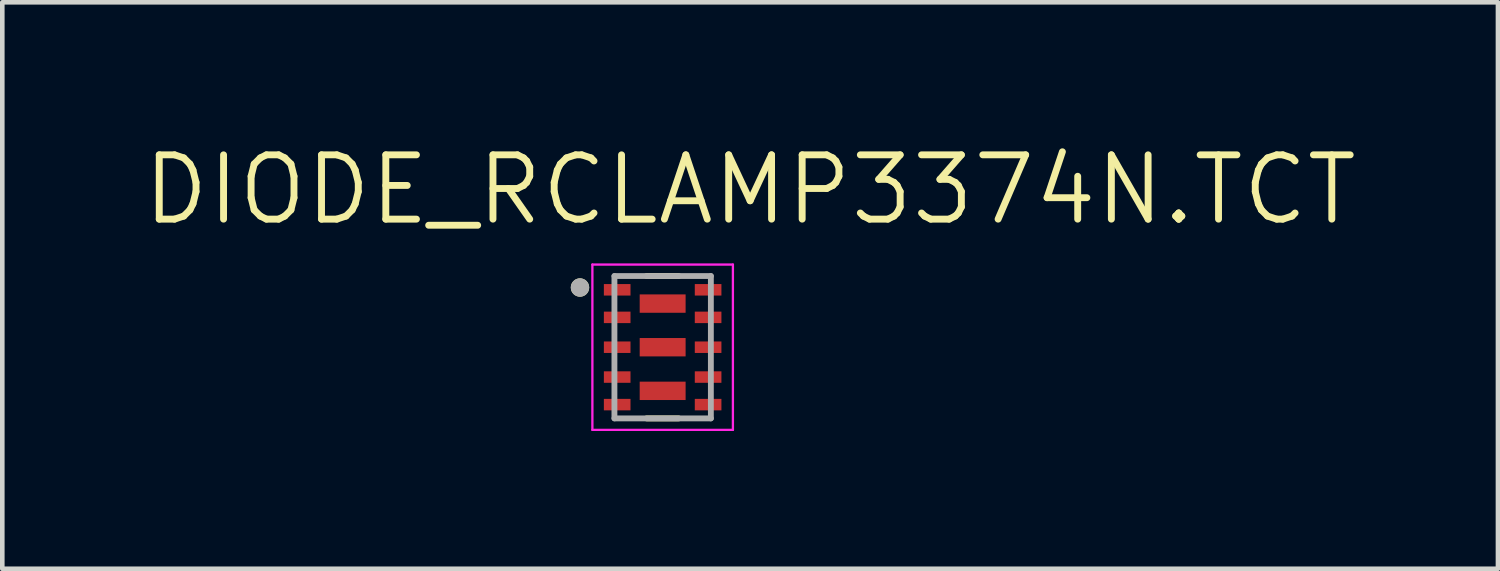
<source format=kicad_pcb>
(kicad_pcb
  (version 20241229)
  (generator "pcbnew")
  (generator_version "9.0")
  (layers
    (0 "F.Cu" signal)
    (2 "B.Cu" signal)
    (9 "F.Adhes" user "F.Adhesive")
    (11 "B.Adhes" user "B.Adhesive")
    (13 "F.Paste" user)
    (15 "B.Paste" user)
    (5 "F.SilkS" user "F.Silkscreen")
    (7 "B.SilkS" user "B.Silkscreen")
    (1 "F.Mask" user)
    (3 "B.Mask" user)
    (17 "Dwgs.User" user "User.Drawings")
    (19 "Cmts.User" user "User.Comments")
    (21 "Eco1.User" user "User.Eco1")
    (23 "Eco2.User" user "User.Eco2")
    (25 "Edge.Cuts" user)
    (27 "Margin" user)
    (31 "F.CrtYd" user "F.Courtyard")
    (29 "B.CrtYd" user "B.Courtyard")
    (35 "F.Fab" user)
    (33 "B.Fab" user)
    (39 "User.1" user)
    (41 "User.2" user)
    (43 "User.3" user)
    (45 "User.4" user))
  (footprint "DIODE_RCLAMP3374N.TCT"
    (layer "F.Cu")
    (at 11.38 4.511)
    (property "Reference" "DIODE_RCLAMP3374N.TCT" (at 1.905 -3.429 0) (layer "F.SilkS") (effects (font (size 1.4 1.4) (thickness 0.15))))
    (attr smd)
    (fp_line (start -0.35 -1.55) (end 0.35 -1.55) (stroke (width 0.127) (type solid)) (layer "F.SilkS"))
    (fp_line (start -0.35 1.55) (end 0.35 1.55) (stroke (width 0.127) (type solid)) (layer "F.SilkS"))
    (fp_circle (center -1.8 -1.3) (end -1.7 -1.3) (stroke (width 0.2) (type solid)) (fill no) (layer "F.SilkS"))
    (fp_line (start -1.53 -1.8) (end 1.53 -1.8) (stroke (width 0.05) (type solid)) (layer "F.CrtYd"))
    (fp_line (start -1.53 1.8) (end -1.53 -1.8) (stroke (width 0.05) (type solid)) (layer "F.CrtYd"))
    (fp_line (start 1.53 -1.8) (end 1.53 1.8) (stroke (width 0.05) (type solid)) (layer "F.CrtYd"))
    (fp_line (start 1.53 1.8) (end -1.53 1.8) (stroke (width 0.05) (type solid)) (layer "F.CrtYd"))
    (fp_line (start -1.05 -1.55) (end 1.05 -1.55) (stroke (width 0.127) (type solid)) (layer "F.Fab"))
    (fp_line (start -1.05 1.55) (end -1.05 -1.55) (stroke (width 0.127) (type solid)) (layer "F.Fab"))
    (fp_line (start 1.05 -1.55) (end 1.05 1.55) (stroke (width 0.127) (type solid)) (layer "F.Fab"))
    (fp_line (start 1.05 1.55) (end -1.05 1.55) (stroke (width 0.127) (type solid)) (layer "F.Fab"))
    (fp_circle (center -1.8 -1.3) (end -1.7 -1.3) (stroke (width 0.2) (type solid)) (fill no) (layer "F.Fab"))
    (pad "1" smd rect (at -0.99 -1.25 90) (size 0.25 0.58) (layers "F.Cu" "F.Mask" "F.Paste"))
    (pad "2" smd rect (at -0.99 -0.65 90) (size 0.25 0.58) (layers "F.Cu" "F.Mask" "F.Paste"))
    (pad "3" smd rect (at -0.99 0 90) (size 0.25 0.58) (layers "F.Cu" "F.Mask" "F.Paste"))
    (pad "4" smd rect (at -0.99 0.65 90) (size 0.25 0.58) (layers "F.Cu" "F.Mask" "F.Paste"))
    (pad "5" smd rect (at -0.99 1.25 90) (size 0.25 0.58) (layers "F.Cu" "F.Mask" "F.Paste"))
    (pad "6" smd rect (at 0.99 1.25 90) (size 0.25 0.58) (layers "F.Cu" "F.Mask" "F.Paste"))
    (pad "7" smd rect (at 0.99 0.65 90) (size 0.25 0.58) (layers "F.Cu" "F.Mask" "F.Paste"))
    (pad "8" smd rect (at 0.99 0 90) (size 0.25 0.58) (layers "F.Cu" "F.Mask" "F.Paste"))
    (pad "9" smd rect (at 0.99 -0.65 90) (size 0.25 0.58) (layers "F.Cu" "F.Mask" "F.Paste"))
    (pad "10" smd rect (at 0.99 -1.25 90) (size 0.25 0.58) (layers "F.Cu" "F.Mask" "F.Paste"))
    (pad "11" smd rect (at 0 -0.95 180) (size 1 0.4) (layers "F.Cu" "F.Mask" "F.Paste"))
    (pad "12" smd rect (at 0 0 180) (size 1 0.4) (layers "F.Cu" "F.Mask" "F.Paste"))
    (pad "13" smd rect (at 0 0.95 180) (size 1 0.4) (layers "F.Cu" "F.Mask" "F.Paste")))
  (gr_rect
    (start -3 -3)
    (end 29.57 9.336)
    (stroke (width 0.1) (type default))
    (fill no)
    (layer "Edge.Cuts")))
</source>
